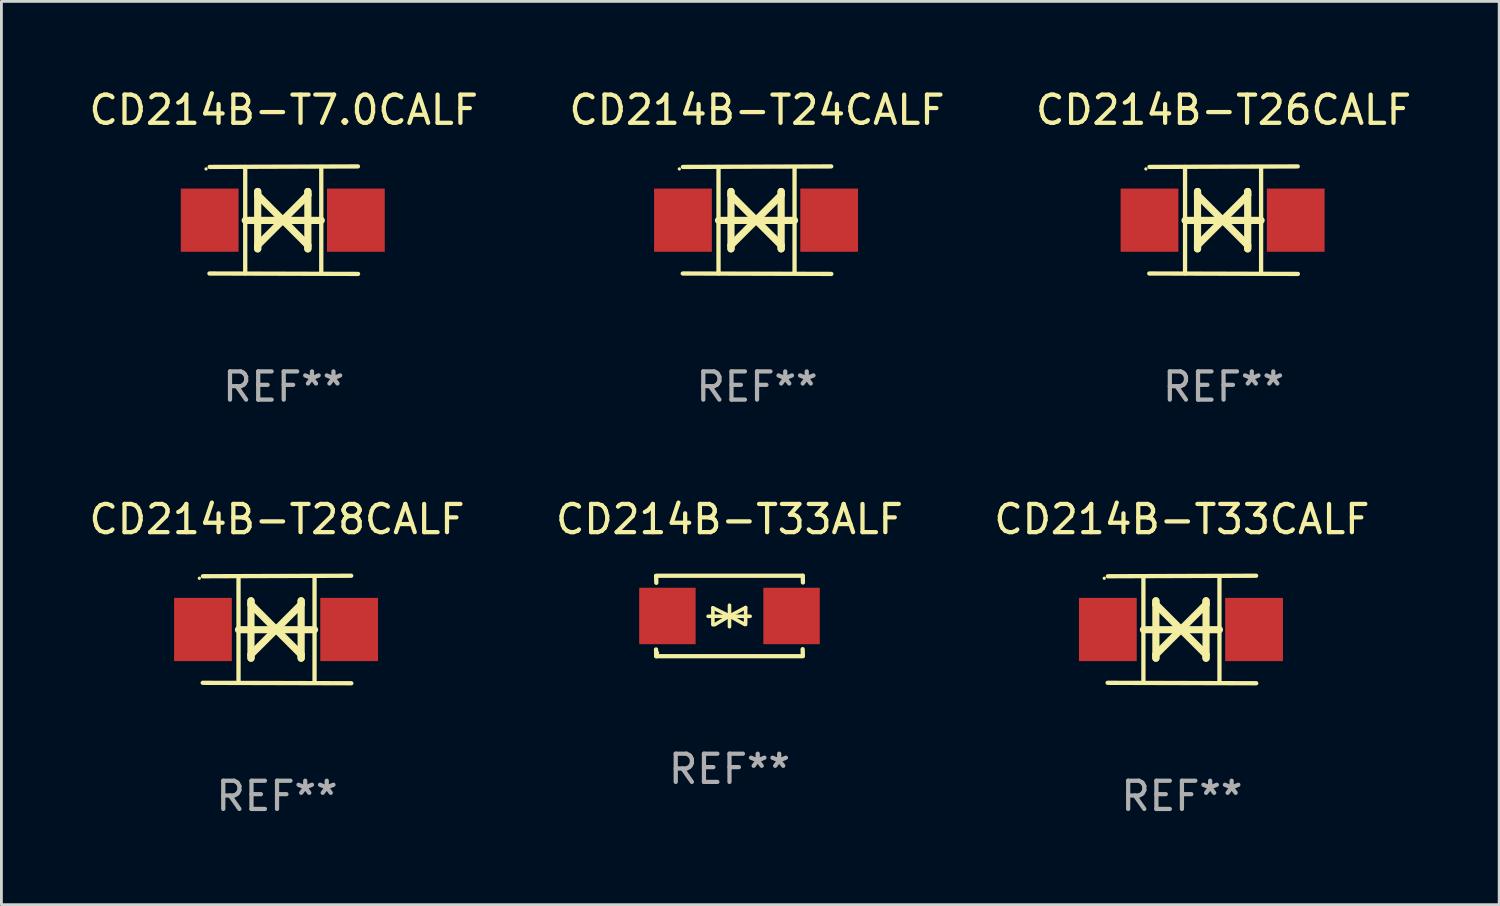
<source format=kicad_pcb>
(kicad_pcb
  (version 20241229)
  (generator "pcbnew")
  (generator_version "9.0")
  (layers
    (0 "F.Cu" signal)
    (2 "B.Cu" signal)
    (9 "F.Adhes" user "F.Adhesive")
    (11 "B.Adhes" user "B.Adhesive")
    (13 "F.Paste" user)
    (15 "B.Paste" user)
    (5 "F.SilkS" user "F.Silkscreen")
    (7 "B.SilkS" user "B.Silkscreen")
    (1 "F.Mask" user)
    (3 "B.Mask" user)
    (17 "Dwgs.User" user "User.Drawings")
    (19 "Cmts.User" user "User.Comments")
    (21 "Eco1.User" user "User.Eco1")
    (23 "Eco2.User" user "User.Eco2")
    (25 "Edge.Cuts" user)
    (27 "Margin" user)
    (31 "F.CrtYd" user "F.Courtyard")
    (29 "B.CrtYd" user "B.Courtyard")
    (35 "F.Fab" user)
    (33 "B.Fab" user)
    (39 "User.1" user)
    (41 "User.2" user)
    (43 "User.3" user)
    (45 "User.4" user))
  (footprint "CD214B-T33ALF"
    (layer "F.Cu")
    (at 22.804 18.781)
    (property "Reference" "CD214B-T33ALF" (at 0 -3.426 0) (layer "F.SilkS") (effects (font (size 1 1) (thickness 0.15))))
    (attr through_hole)
    (fp_line (start -2.596 -1.426) (end 2.596 -1.426) (stroke (width 0.152) (type solid)) (layer "F.SilkS"))
    (fp_line (start -2.596 1.426) (end -2.603 1.187) (stroke (width 0.152) (type solid)) (layer "F.SilkS"))
    (fp_line (start -2.596 1.426) (end 2.596 1.426) (stroke (width 0.152) (type solid)) (layer "F.SilkS"))
    (fp_line (start -2.593 -1.176) (end -2.6 -1.415) (stroke (width 0.152) (type solid)) (layer "F.SilkS"))
    (fp_line (start -0.758 0.011) (end 0.732 0.011) (stroke (width 0.127) (type solid)) (layer "F.SilkS"))
    (fp_line (start -0.588 -0.289) (end -0.588 0.311) (stroke (width 0.127) (type solid)) (layer "F.SilkS"))
    (fp_line (start -0.588 -0.289) (end 0 0) (stroke (width 0.127) (type solid)) (layer "F.SilkS"))
    (fp_line (start -0.528 0.311) (end 0 0) (stroke (width 0.127) (type solid)) (layer "F.SilkS"))
    (fp_line (start 0 0) (end 0 -0.381) (stroke (width 0.127) (type solid)) (layer "F.SilkS"))
    (fp_line (start 0 0) (end 0 0.381) (stroke (width 0.127) (type solid)) (layer "F.SilkS"))
    (fp_line (start 0.542 0.301) (end 0 0) (stroke (width 0.127) (type solid)) (layer "F.SilkS"))
    (fp_line (start 0.572 -0.299) (end 0 0) (stroke (width 0.127) (type solid)) (layer "F.SilkS"))
    (fp_line (start 0.572 -0.299) (end 0.572 0.301) (stroke (width 0.127) (type solid)) (layer "F.SilkS"))
    (fp_line (start 2.593 1.176) (end 2.6 1.415) (stroke (width 0.152) (type solid)) (layer "F.SilkS"))
    (fp_line (start 2.596 -1.426) (end 2.603 -1.187) (stroke (width 0.152) (type solid)) (layer "F.SilkS"))
    (fp_circle (center -2.55 1.3) (end -2.52 1.3) (stroke (width 0.06) (type solid)) (fill no) (layer "F.SilkS"))
    (fp_text user "REF**" (at 0 5.426 0) (layer "F.Fab") (effects (font (size 1 1) (thickness 0.15))))
    (pad "1" smd rect (at -2.2 0 180) (size 2 2) (layers "F.Cu" "F.Mask" "F.Paste"))
    (pad "2" smd rect (at 2.2 0 180) (size 2 2) (layers "F.Cu" "F.Mask" "F.Paste")))
  (footprint "CD214B-T24CALF"
    (layer "F.Cu")
    (at 23.78 4.753)
    (property "Reference" "CD214B-T24CALF" (at 0 -3.905 0) (layer "F.SilkS") (effects (font (size 1 1) (thickness 0.15))))
    (attr through_hole)
    (fp_line (start -1.365 1.886) (end -1.365 -1.886) (stroke (width 0.152) (type solid)) (layer "F.SilkS"))
    (fp_line (start -1.365 0.008) (end 1.33 0.008) (stroke (width 0.254) (type solid)) (layer "F.SilkS"))
    (fp_line (start -0.923 -1.016) (end -0.923 1.016) (stroke (width 0.254) (type solid)) (layer "F.SilkS"))
    (fp_line (start -0.923 -0.889) (end -0.923 -1.016) (stroke (width 0.254) (type solid)) (layer "F.SilkS"))
    (fp_line (start -0.923 0.889) (end -0.034 0) (stroke (width 0.254) (type solid)) (layer "F.SilkS"))
    (fp_line (start -0.923 1.016) (end -0.923 0.889) (stroke (width 0.254) (type solid)) (layer "F.SilkS"))
    (fp_line (start -0.034 0) (end -0.923 -0.889) (stroke (width 0.254) (type solid)) (layer "F.SilkS"))
    (fp_line (start -0.034 0) (end 0.855 0.889) (stroke (width 0.254) (type solid)) (layer "F.SilkS"))
    (fp_line (start 0.855 -1.016) (end 0.855 -0.889) (stroke (width 0.254) (type solid)) (layer "F.SilkS"))
    (fp_line (start 0.855 -0.889) (end -0.034 0) (stroke (width 0.254) (type solid)) (layer "F.SilkS"))
    (fp_line (start 0.855 0.889) (end 0.855 1.016) (stroke (width 0.254) (type solid)) (layer "F.SilkS"))
    (fp_line (start 0.855 1.016) (end 0.855 -1.016) (stroke (width 0.254) (type solid)) (layer "F.SilkS"))
    (fp_line (start 1.33 1.886) (end 1.33 -1.886) (stroke (width 0.152) (type solid)) (layer "F.SilkS"))
    (fp_line (start 2.629 -1.905) (end -2.625 -1.887) (stroke (width 0.152) (type solid)) (layer "F.SilkS"))
    (fp_line (start 2.633 1.905) (end -2.633 1.89) (stroke (width 0.152) (type solid)) (layer "F.SilkS"))
    (fp_circle (center -2.753 -1.816) (end -2.723 -1.816) (stroke (width 0.06) (type solid)) (fill no) (layer "F.SilkS"))
    (fp_text user "REF**" (at 0 5.905 0) (layer "F.Fab") (effects (font (size 1 1) (thickness 0.15))))
    (pad "1" smd rect (at -2.625 0) (size 2.047 2.241) (layers "F.Cu" "F.Mask" "F.Paste"))
    (pad "2" smd rect (at 2.557 0) (size 2.047 2.241) (layers "F.Cu" "F.Mask" "F.Paste")))
  (footprint "CD214B-T7.0CALF"
    (layer "F.Cu")
    (at 7.006 4.753)
    (property "Reference" "CD214B-T7.0CALF" (at 0 -3.905 0) (layer "F.SilkS") (effects (font (size 1 1) (thickness 0.15))))
    (attr through_hole)
    (fp_line (start -1.365 1.886) (end -1.365 -1.886) (stroke (width 0.152) (type solid)) (layer "F.SilkS"))
    (fp_line (start -1.365 0.008) (end 1.33 0.008) (stroke (width 0.254) (type solid)) (layer "F.SilkS"))
    (fp_line (start -0.923 -1.016) (end -0.923 1.016) (stroke (width 0.254) (type solid)) (layer "F.SilkS"))
    (fp_line (start -0.923 -0.889) (end -0.923 -1.016) (stroke (width 0.254) (type solid)) (layer "F.SilkS"))
    (fp_line (start -0.923 0.889) (end -0.034 0) (stroke (width 0.254) (type solid)) (layer "F.SilkS"))
    (fp_line (start -0.923 1.016) (end -0.923 0.889) (stroke (width 0.254) (type solid)) (layer "F.SilkS"))
    (fp_line (start -0.034 0) (end -0.923 -0.889) (stroke (width 0.254) (type solid)) (layer "F.SilkS"))
    (fp_line (start -0.034 0) (end 0.855 0.889) (stroke (width 0.254) (type solid)) (layer "F.SilkS"))
    (fp_line (start 0.855 -1.016) (end 0.855 -0.889) (stroke (width 0.254) (type solid)) (layer "F.SilkS"))
    (fp_line (start 0.855 -0.889) (end -0.034 0) (stroke (width 0.254) (type solid)) (layer "F.SilkS"))
    (fp_line (start 0.855 0.889) (end 0.855 1.016) (stroke (width 0.254) (type solid)) (layer "F.SilkS"))
    (fp_line (start 0.855 1.016) (end 0.855 -1.016) (stroke (width 0.254) (type solid)) (layer "F.SilkS"))
    (fp_line (start 1.33 1.886) (end 1.33 -1.886) (stroke (width 0.152) (type solid)) (layer "F.SilkS"))
    (fp_line (start 2.629 -1.905) (end -2.625 -1.887) (stroke (width 0.152) (type solid)) (layer "F.SilkS"))
    (fp_line (start 2.633 1.905) (end -2.633 1.89) (stroke (width 0.152) (type solid)) (layer "F.SilkS"))
    (fp_circle (center -2.753 -1.816) (end -2.723 -1.816) (stroke (width 0.06) (type solid)) (fill no) (layer "F.SilkS"))
    (fp_text user "REF**" (at 0 5.905 0) (layer "F.Fab") (effects (font (size 1 1) (thickness 0.15))))
    (pad "1" smd rect (at -2.625 0) (size 2.047 2.241) (layers "F.Cu" "F.Mask" "F.Paste"))
    (pad "2" smd rect (at 2.557 0) (size 2.047 2.241) (layers "F.Cu" "F.Mask" "F.Paste")))
  (footprint "CD214B-T28CALF"
    (layer "F.Cu")
    (at 6.768 19.26)
    (property "Reference" "CD214B-T28CALF" (at 0 -3.905 0) (layer "F.SilkS") (effects (font (size 1 1) (thickness 0.15))))
    (attr through_hole)
    (fp_line (start -1.365 1.886) (end -1.365 -1.886) (stroke (width 0.152) (type solid)) (layer "F.SilkS"))
    (fp_line (start -1.365 0.008) (end 1.33 0.008) (stroke (width 0.254) (type solid)) (layer "F.SilkS"))
    (fp_line (start -0.923 -1.016) (end -0.923 1.016) (stroke (width 0.254) (type solid)) (layer "F.SilkS"))
    (fp_line (start -0.923 -0.889) (end -0.923 -1.016) (stroke (width 0.254) (type solid)) (layer "F.SilkS"))
    (fp_line (start -0.923 0.889) (end -0.034 0) (stroke (width 0.254) (type solid)) (layer "F.SilkS"))
    (fp_line (start -0.923 1.016) (end -0.923 0.889) (stroke (width 0.254) (type solid)) (layer "F.SilkS"))
    (fp_line (start -0.034 0) (end -0.923 -0.889) (stroke (width 0.254) (type solid)) (layer "F.SilkS"))
    (fp_line (start -0.034 0) (end 0.855 0.889) (stroke (width 0.254) (type solid)) (layer "F.SilkS"))
    (fp_line (start 0.855 -1.016) (end 0.855 -0.889) (stroke (width 0.254) (type solid)) (layer "F.SilkS"))
    (fp_line (start 0.855 -0.889) (end -0.034 0) (stroke (width 0.254) (type solid)) (layer "F.SilkS"))
    (fp_line (start 0.855 0.889) (end 0.855 1.016) (stroke (width 0.254) (type solid)) (layer "F.SilkS"))
    (fp_line (start 0.855 1.016) (end 0.855 -1.016) (stroke (width 0.254) (type solid)) (layer "F.SilkS"))
    (fp_line (start 1.33 1.886) (end 1.33 -1.886) (stroke (width 0.152) (type solid)) (layer "F.SilkS"))
    (fp_line (start 2.629 -1.905) (end -2.625 -1.887) (stroke (width 0.152) (type solid)) (layer "F.SilkS"))
    (fp_line (start 2.633 1.905) (end -2.633 1.89) (stroke (width 0.152) (type solid)) (layer "F.SilkS"))
    (fp_circle (center -2.753 -1.816) (end -2.723 -1.816) (stroke (width 0.06) (type solid)) (fill no) (layer "F.SilkS"))
    (fp_text user "REF**" (at 0 5.905 0) (layer "F.Fab") (effects (font (size 1 1) (thickness 0.15))))
    (pad "1" smd rect (at -2.625 0) (size 2.047 2.241) (layers "F.Cu" "F.Mask" "F.Paste"))
    (pad "2" smd rect (at 2.557 0) (size 2.047 2.241) (layers "F.Cu" "F.Mask" "F.Paste")))
  (footprint "CD214B-T26CALF"
    (layer "F.Cu")
    (at 40.315 4.753)
    (property "Reference" "CD214B-T26CALF" (at 0 -3.905 0) (layer "F.SilkS") (effects (font (size 1 1) (thickness 0.15))))
    (attr through_hole)
    (fp_line (start -1.365 1.886) (end -1.365 -1.886) (stroke (width 0.152) (type solid)) (layer "F.SilkS"))
    (fp_line (start -1.365 0.008) (end 1.33 0.008) (stroke (width 0.254) (type solid)) (layer "F.SilkS"))
    (fp_line (start -0.923 -1.016) (end -0.923 1.016) (stroke (width 0.254) (type solid)) (layer "F.SilkS"))
    (fp_line (start -0.923 -0.889) (end -0.923 -1.016) (stroke (width 0.254) (type solid)) (layer "F.SilkS"))
    (fp_line (start -0.923 0.889) (end -0.034 0) (stroke (width 0.254) (type solid)) (layer "F.SilkS"))
    (fp_line (start -0.923 1.016) (end -0.923 0.889) (stroke (width 0.254) (type solid)) (layer "F.SilkS"))
    (fp_line (start -0.034 0) (end -0.923 -0.889) (stroke (width 0.254) (type solid)) (layer "F.SilkS"))
    (fp_line (start -0.034 0) (end 0.855 0.889) (stroke (width 0.254) (type solid)) (layer "F.SilkS"))
    (fp_line (start 0.855 -1.016) (end 0.855 -0.889) (stroke (width 0.254) (type solid)) (layer "F.SilkS"))
    (fp_line (start 0.855 -0.889) (end -0.034 0) (stroke (width 0.254) (type solid)) (layer "F.SilkS"))
    (fp_line (start 0.855 0.889) (end 0.855 1.016) (stroke (width 0.254) (type solid)) (layer "F.SilkS"))
    (fp_line (start 0.855 1.016) (end 0.855 -1.016) (stroke (width 0.254) (type solid)) (layer "F.SilkS"))
    (fp_line (start 1.33 1.886) (end 1.33 -1.886) (stroke (width 0.152) (type solid)) (layer "F.SilkS"))
    (fp_line (start 2.629 -1.905) (end -2.625 -1.887) (stroke (width 0.152) (type solid)) (layer "F.SilkS"))
    (fp_line (start 2.633 1.905) (end -2.633 1.89) (stroke (width 0.152) (type solid)) (layer "F.SilkS"))
    (fp_circle (center -2.753 -1.816) (end -2.723 -1.816) (stroke (width 0.06) (type solid)) (fill no) (layer "F.SilkS"))
    (fp_text user "REF**" (at 0 5.905 0) (layer "F.Fab") (effects (font (size 1 1) (thickness 0.15))))
    (pad "1" smd rect (at -2.625 0) (size 2.047 2.241) (layers "F.Cu" "F.Mask" "F.Paste"))
    (pad "2" smd rect (at 2.557 0) (size 2.047 2.241) (layers "F.Cu" "F.Mask" "F.Paste")))
  (footprint "CD214B-T33CALF"
    (layer "F.Cu")
    (at 38.839 19.26)
    (property "Reference" "CD214B-T33CALF" (at 0 -3.905 0) (layer "F.SilkS") (effects (font (size 1 1) (thickness 0.15))))
    (attr through_hole)
    (fp_line (start -1.365 1.886) (end -1.365 -1.886) (stroke (width 0.152) (type solid)) (layer "F.SilkS"))
    (fp_line (start -1.365 0.008) (end 1.33 0.008) (stroke (width 0.254) (type solid)) (layer "F.SilkS"))
    (fp_line (start -0.923 -1.016) (end -0.923 1.016) (stroke (width 0.254) (type solid)) (layer "F.SilkS"))
    (fp_line (start -0.923 -0.889) (end -0.923 -1.016) (stroke (width 0.254) (type solid)) (layer "F.SilkS"))
    (fp_line (start -0.923 0.889) (end -0.034 0) (stroke (width 0.254) (type solid)) (layer "F.SilkS"))
    (fp_line (start -0.923 1.016) (end -0.923 0.889) (stroke (width 0.254) (type solid)) (layer "F.SilkS"))
    (fp_line (start -0.034 0) (end -0.923 -0.889) (stroke (width 0.254) (type solid)) (layer "F.SilkS"))
    (fp_line (start -0.034 0) (end 0.855 0.889) (stroke (width 0.254) (type solid)) (layer "F.SilkS"))
    (fp_line (start 0.855 -1.016) (end 0.855 -0.889) (stroke (width 0.254) (type solid)) (layer "F.SilkS"))
    (fp_line (start 0.855 -0.889) (end -0.034 0) (stroke (width 0.254) (type solid)) (layer "F.SilkS"))
    (fp_line (start 0.855 0.889) (end 0.855 1.016) (stroke (width 0.254) (type solid)) (layer "F.SilkS"))
    (fp_line (start 0.855 1.016) (end 0.855 -1.016) (stroke (width 0.254) (type solid)) (layer "F.SilkS"))
    (fp_line (start 1.33 1.886) (end 1.33 -1.886) (stroke (width 0.152) (type solid)) (layer "F.SilkS"))
    (fp_line (start 2.629 -1.905) (end -2.625 -1.887) (stroke (width 0.152) (type solid)) (layer "F.SilkS"))
    (fp_line (start 2.633 1.905) (end -2.633 1.89) (stroke (width 0.152) (type solid)) (layer "F.SilkS"))
    (fp_circle (center -2.753 -1.816) (end -2.723 -1.816) (stroke (width 0.06) (type solid)) (fill no) (layer "F.SilkS"))
    (fp_text user "REF**" (at 0 5.905 0) (layer "F.Fab") (effects (font (size 1 1) (thickness 0.15))))
    (pad "1" smd rect (at -2.625 0) (size 2.047 2.241) (layers "F.Cu" "F.Mask" "F.Paste"))
    (pad "2" smd rect (at 2.557 0) (size 2.047 2.241) (layers "F.Cu" "F.Mask" "F.Paste")))
  (gr_rect
    (start -3 -3)
    (end 50.083 29.013)
    (stroke (width 0.1) (type default))
    (fill no)
    (layer "Edge.Cuts")))
</source>
